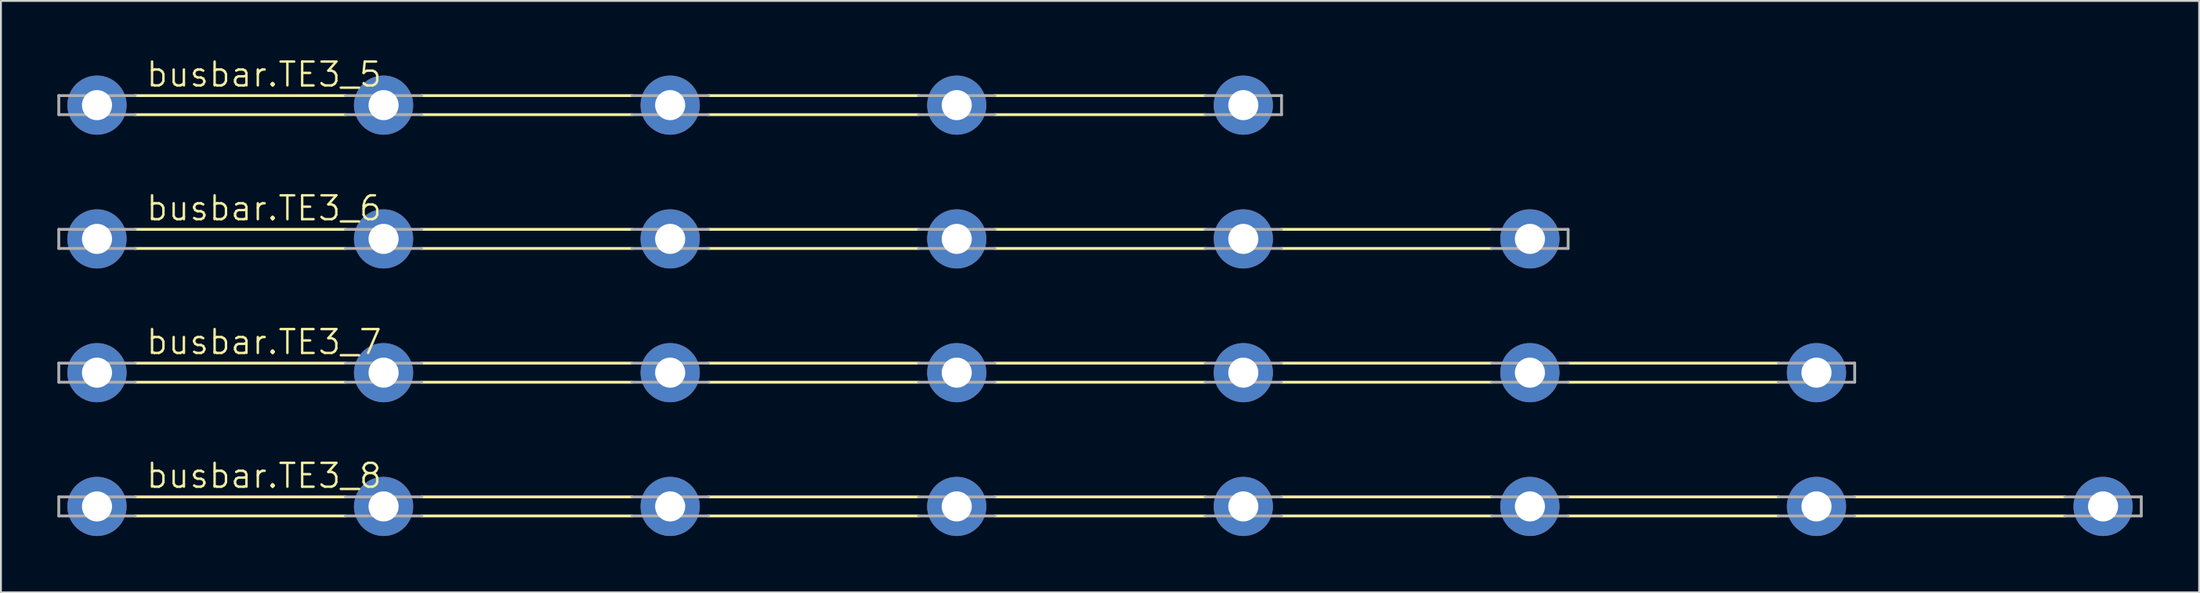
<source format=kicad_pcb>
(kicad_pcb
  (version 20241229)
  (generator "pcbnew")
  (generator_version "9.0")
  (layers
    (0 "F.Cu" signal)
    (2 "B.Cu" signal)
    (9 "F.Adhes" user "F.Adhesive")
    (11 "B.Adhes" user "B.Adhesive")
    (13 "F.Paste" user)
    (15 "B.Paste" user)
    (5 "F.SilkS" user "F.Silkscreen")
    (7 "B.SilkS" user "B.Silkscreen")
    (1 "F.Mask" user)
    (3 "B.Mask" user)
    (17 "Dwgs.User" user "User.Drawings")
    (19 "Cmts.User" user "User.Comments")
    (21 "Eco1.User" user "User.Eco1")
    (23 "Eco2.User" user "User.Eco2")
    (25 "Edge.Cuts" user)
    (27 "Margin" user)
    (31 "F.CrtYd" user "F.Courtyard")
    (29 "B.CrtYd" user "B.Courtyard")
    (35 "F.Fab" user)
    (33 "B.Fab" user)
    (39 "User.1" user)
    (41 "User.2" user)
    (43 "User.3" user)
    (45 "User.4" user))
  (footprint "busbar.TE3_8"
    (layer "F.Cu")
    (at 55.448 23.92)
    (property "Reference" "busbar.TE3_8" (at -50.8 -0.889 0) (layer "F.SilkS") (effects (font (size 1.27 1.27) (thickness 0.13)) (justify left bottom)))
    (attr through_hole)
    (fp_line (start -51.308 -0.508) (end -40.132 -0.508) (stroke (width 0.152) (type default)) (layer "F.SilkS"))
    (fp_line (start -51.308 0.508) (end -40.132 0.508) (stroke (width 0.152) (type default)) (layer "F.SilkS"))
    (fp_line (start -36.068 -0.508) (end -24.892 -0.508) (stroke (width 0.152) (type default)) (layer "F.SilkS"))
    (fp_line (start -36.068 0.508) (end -24.892 0.508) (stroke (width 0.152) (type default)) (layer "F.SilkS"))
    (fp_line (start -20.828 -0.508) (end -9.652 -0.508) (stroke (width 0.152) (type default)) (layer "F.SilkS"))
    (fp_line (start -20.828 0.508) (end -9.652 0.508) (stroke (width 0.152) (type default)) (layer "F.SilkS"))
    (fp_line (start -5.588 -0.508) (end 5.588 -0.508) (stroke (width 0.152) (type default)) (layer "F.SilkS"))
    (fp_line (start -5.588 0.508) (end 5.588 0.508) (stroke (width 0.152) (type default)) (layer "F.SilkS"))
    (fp_line (start 9.652 -0.508) (end 20.828 -0.508) (stroke (width 0.152) (type default)) (layer "F.SilkS"))
    (fp_line (start 9.652 0.508) (end 20.828 0.508) (stroke (width 0.152) (type default)) (layer "F.SilkS"))
    (fp_line (start 24.892 -0.508) (end 36.068 -0.508) (stroke (width 0.152) (type default)) (layer "F.SilkS"))
    (fp_line (start 24.892 0.508) (end 36.068 0.508) (stroke (width 0.152) (type default)) (layer "F.SilkS"))
    (fp_line (start 40.132 -0.508) (end 51.308 -0.508) (stroke (width 0.152) (type default)) (layer "F.SilkS"))
    (fp_line (start 40.132 0.508) (end 51.308 0.508) (stroke (width 0.152) (type default)) (layer "F.SilkS"))
    (fp_line (start -55.372 -0.508) (end -55.372 0.508) (stroke (width 0.152) (type default)) (layer "F.Fab"))
    (fp_line (start -55.372 0.508) (end -51.308 0.508) (stroke (width 0.152) (type default)) (layer "F.Fab"))
    (fp_line (start -51.308 -0.508) (end -55.372 -0.508) (stroke (width 0.152) (type default)) (layer "F.Fab"))
    (fp_line (start -40.132 0.508) (end -36.068 0.508) (stroke (width 0.152) (type default)) (layer "F.Fab"))
    (fp_line (start -36.068 -0.508) (end -40.132 -0.508) (stroke (width 0.152) (type default)) (layer "F.Fab"))
    (fp_line (start -20.828 -0.508) (end -24.892 -0.508) (stroke (width 0.152) (type default)) (layer "F.Fab"))
    (fp_line (start -20.828 0.508) (end -24.892 0.508) (stroke (width 0.152) (type default)) (layer "F.Fab"))
    (fp_line (start -9.652 0.508) (end -5.588 0.508) (stroke (width 0.152) (type default)) (layer "F.Fab"))
    (fp_line (start -5.588 -0.508) (end -9.652 -0.508) (stroke (width 0.152) (type default)) (layer "F.Fab"))
    (fp_line (start 5.588 0.508) (end 9.652 0.508) (stroke (width 0.152) (type default)) (layer "F.Fab"))
    (fp_line (start 9.652 -0.508) (end 5.588 -0.508) (stroke (width 0.152) (type default)) (layer "F.Fab"))
    (fp_line (start 24.892 -0.508) (end 20.828 -0.508) (stroke (width 0.152) (type default)) (layer "F.Fab"))
    (fp_line (start 24.892 0.508) (end 20.828 0.508) (stroke (width 0.152) (type default)) (layer "F.Fab"))
    (fp_line (start 36.068 0.508) (end 40.132 0.508) (stroke (width 0.152) (type default)) (layer "F.Fab"))
    (fp_line (start 40.132 -0.508) (end 36.068 -0.508) (stroke (width 0.152) (type default)) (layer "F.Fab"))
    (fp_line (start 51.308 0.508) (end 55.372 0.508) (stroke (width 0.152) (type default)) (layer "F.Fab"))
    (fp_line (start 55.372 -0.508) (end 51.308 -0.508) (stroke (width 0.152) (type default)) (layer "F.Fab"))
    (fp_line (start 55.372 -0.508) (end 55.372 0.508) (stroke (width 0.152) (type default)) (layer "F.Fab"))
    (pad "1" thru_hole circle (at -53.34 0) (size 3.15 3.15) (drill 1.6) (layers "*.Cu" "*.Mask"))
    (pad "2" thru_hole circle (at -38.1 0) (size 3.15 3.15) (drill 1.6) (layers "*.Cu" "*.Mask"))
    (pad "3" thru_hole circle (at -22.86 0) (size 3.15 3.15) (drill 1.6) (layers "*.Cu" "*.Mask"))
    (pad "4" thru_hole circle (at -7.62 0) (size 3.15 3.15) (drill 1.6) (layers "*.Cu" "*.Mask"))
    (pad "5" thru_hole circle (at 7.62 0) (size 3.15 3.15) (drill 1.6) (layers "*.Cu" "*.Mask"))
    (pad "6" thru_hole circle (at 22.86 0) (size 3.15 3.15) (drill 1.6) (layers "*.Cu" "*.Mask"))
    (pad "7" thru_hole circle (at 38.1 0) (size 3.15 3.15) (drill 1.6) (layers "*.Cu" "*.Mask"))
    (pad "8" thru_hole circle (at 53.34 0) (size 3.15 3.15) (drill 1.6) (layers "*.Cu" "*.Mask")))
  (footprint "busbar.TE3_6"
    (layer "F.Cu")
    (at 40.208 9.673)
    (property "Reference" "busbar.TE3_6" (at -35.56 -0.889 0) (layer "F.SilkS") (effects (font (size 1.27 1.27) (thickness 0.13)) (justify left bottom)))
    (attr through_hole)
    (fp_line (start -36.068 -0.508) (end -24.892 -0.508) (stroke (width 0.152) (type default)) (layer "F.SilkS"))
    (fp_line (start -36.068 0.508) (end -24.892 0.508) (stroke (width 0.152) (type default)) (layer "F.SilkS"))
    (fp_line (start -20.828 -0.508) (end -9.652 -0.508) (stroke (width 0.152) (type default)) (layer "F.SilkS"))
    (fp_line (start -20.828 0.508) (end -9.652 0.508) (stroke (width 0.152) (type default)) (layer "F.SilkS"))
    (fp_line (start -5.588 -0.508) (end 5.588 -0.508) (stroke (width 0.152) (type default)) (layer "F.SilkS"))
    (fp_line (start -5.588 0.508) (end 5.588 0.508) (stroke (width 0.152) (type default)) (layer "F.SilkS"))
    (fp_line (start 9.652 -0.508) (end 20.828 -0.508) (stroke (width 0.152) (type default)) (layer "F.SilkS"))
    (fp_line (start 9.652 0.508) (end 20.828 0.508) (stroke (width 0.152) (type default)) (layer "F.SilkS"))
    (fp_line (start 24.892 -0.508) (end 36.068 -0.508) (stroke (width 0.152) (type default)) (layer "F.SilkS"))
    (fp_line (start 24.892 0.508) (end 36.068 0.508) (stroke (width 0.152) (type default)) (layer "F.SilkS"))
    (fp_line (start -40.132 -0.508) (end -40.132 0.508) (stroke (width 0.152) (type default)) (layer "F.Fab"))
    (fp_line (start -40.132 0.508) (end -36.068 0.508) (stroke (width 0.152) (type default)) (layer "F.Fab"))
    (fp_line (start -36.068 -0.508) (end -40.132 -0.508) (stroke (width 0.152) (type default)) (layer "F.Fab"))
    (fp_line (start -24.892 0.508) (end -20.828 0.508) (stroke (width 0.152) (type default)) (layer "F.Fab"))
    (fp_line (start -20.828 -0.508) (end -24.892 -0.508) (stroke (width 0.152) (type default)) (layer "F.Fab"))
    (fp_line (start -5.588 -0.508) (end -9.652 -0.508) (stroke (width 0.152) (type default)) (layer "F.Fab"))
    (fp_line (start -5.588 0.508) (end -9.652 0.508) (stroke (width 0.152) (type default)) (layer "F.Fab"))
    (fp_line (start 5.588 0.508) (end 9.652 0.508) (stroke (width 0.152) (type default)) (layer "F.Fab"))
    (fp_line (start 9.652 -0.508) (end 5.588 -0.508) (stroke (width 0.152) (type default)) (layer "F.Fab"))
    (fp_line (start 20.828 0.508) (end 24.892 0.508) (stroke (width 0.152) (type default)) (layer "F.Fab"))
    (fp_line (start 24.892 -0.508) (end 20.828 -0.508) (stroke (width 0.152) (type default)) (layer "F.Fab"))
    (fp_line (start 40.132 -0.508) (end 36.068 -0.508) (stroke (width 0.152) (type default)) (layer "F.Fab"))
    (fp_line (start 40.132 -0.508) (end 40.132 0.508) (stroke (width 0.152) (type default)) (layer "F.Fab"))
    (fp_line (start 40.132 0.508) (end 36.068 0.508) (stroke (width 0.152) (type default)) (layer "F.Fab"))
    (pad "1" thru_hole circle (at -38.1 0) (size 3.15 3.15) (drill 1.6) (layers "*.Cu" "*.Mask"))
    (pad "2" thru_hole circle (at -22.86 0) (size 3.15 3.15) (drill 1.6) (layers "*.Cu" "*.Mask"))
    (pad "3" thru_hole circle (at -7.62 0) (size 3.15 3.15) (drill 1.6) (layers "*.Cu" "*.Mask"))
    (pad "4" thru_hole circle (at 7.62 0) (size 3.15 3.15) (drill 1.6) (layers "*.Cu" "*.Mask"))
    (pad "5" thru_hole circle (at 22.86 0) (size 3.15 3.15) (drill 1.6) (layers "*.Cu" "*.Mask"))
    (pad "6" thru_hole circle (at 38.1 0) (size 3.15 3.15) (drill 1.6) (layers "*.Cu" "*.Mask")))
  (footprint "busbar.TE3_5"
    (layer "F.Cu")
    (at 32.588 2.549)
    (property "Reference" "busbar.TE3_5" (at -27.94 -0.889 0) (layer "F.SilkS") (effects (font (size 1.27 1.27) (thickness 0.13)) (justify left bottom)))
    (attr through_hole)
    (fp_line (start -28.448 -0.508) (end -17.272 -0.508) (stroke (width 0.152) (type default)) (layer "F.SilkS"))
    (fp_line (start -28.448 0.508) (end -17.272 0.508) (stroke (width 0.152) (type default)) (layer "F.SilkS"))
    (fp_line (start -13.208 -0.508) (end -2.032 -0.508) (stroke (width 0.152) (type default)) (layer "F.SilkS"))
    (fp_line (start -13.208 0.508) (end -2.032 0.508) (stroke (width 0.152) (type default)) (layer "F.SilkS"))
    (fp_line (start 2.032 -0.508) (end 13.208 -0.508) (stroke (width 0.152) (type default)) (layer "F.SilkS"))
    (fp_line (start 2.032 0.508) (end 13.208 0.508) (stroke (width 0.152) (type default)) (layer "F.SilkS"))
    (fp_line (start 17.272 -0.508) (end 28.448 -0.508) (stroke (width 0.152) (type default)) (layer "F.SilkS"))
    (fp_line (start 17.272 0.508) (end 28.448 0.508) (stroke (width 0.152) (type default)) (layer "F.SilkS"))
    (fp_line (start -32.512 -0.508) (end -32.512 0.508) (stroke (width 0.152) (type default)) (layer "F.Fab"))
    (fp_line (start -32.512 0.508) (end -28.448 0.508) (stroke (width 0.152) (type default)) (layer "F.Fab"))
    (fp_line (start -28.448 -0.508) (end -32.512 -0.508) (stroke (width 0.152) (type default)) (layer "F.Fab"))
    (fp_line (start -17.272 0.508) (end -13.208 0.508) (stroke (width 0.152) (type default)) (layer "F.Fab"))
    (fp_line (start -13.208 -0.508) (end -17.272 -0.508) (stroke (width 0.152) (type default)) (layer "F.Fab"))
    (fp_line (start -2.032 0.508) (end 2.032 0.508) (stroke (width 0.152) (type default)) (layer "F.Fab"))
    (fp_line (start 2.032 -0.508) (end -2.032 -0.508) (stroke (width 0.152) (type default)) (layer "F.Fab"))
    (fp_line (start 13.208 0.508) (end 17.272 0.508) (stroke (width 0.152) (type default)) (layer "F.Fab"))
    (fp_line (start 17.272 -0.508) (end 13.208 -0.508) (stroke (width 0.152) (type default)) (layer "F.Fab"))
    (fp_line (start 28.448 0.508) (end 32.512 0.508) (stroke (width 0.152) (type default)) (layer "F.Fab"))
    (fp_line (start 32.512 -0.508) (end 28.448 -0.508) (stroke (width 0.152) (type default)) (layer "F.Fab"))
    (fp_line (start 32.512 0.508) (end 32.512 -0.508) (stroke (width 0.152) (type default)) (layer "F.Fab"))
    (pad "1" thru_hole circle (at -30.48 0) (size 3.15 3.15) (drill 1.6) (layers "*.Cu" "*.Mask"))
    (pad "2" thru_hole circle (at -15.24 0) (size 3.15 3.15) (drill 1.6) (layers "*.Cu" "*.Mask"))
    (pad "3" thru_hole circle (at 0 0) (size 3.15 3.15) (drill 1.6) (layers "*.Cu" "*.Mask"))
    (pad "4" thru_hole circle (at 15.24 0) (size 3.15 3.15) (drill 1.6) (layers "*.Cu" "*.Mask"))
    (pad "5" thru_hole circle (at 30.48 0) (size 3.15 3.15) (drill 1.6) (layers "*.Cu" "*.Mask")))
  (footprint "busbar.TE3_7"
    (layer "F.Cu")
    (at 47.828 16.797)
    (property "Reference" "busbar.TE3_7" (at -43.18 -0.889 0) (layer "F.SilkS") (effects (font (size 1.27 1.27) (thickness 0.13)) (justify left bottom)))
    (attr through_hole)
    (fp_line (start -43.688 -0.508) (end -32.512 -0.508) (stroke (width 0.152) (type default)) (layer "F.SilkS"))
    (fp_line (start -43.688 0.508) (end -32.512 0.508) (stroke (width 0.152) (type default)) (layer "F.SilkS"))
    (fp_line (start -28.448 -0.508) (end -17.272 -0.508) (stroke (width 0.152) (type default)) (layer "F.SilkS"))
    (fp_line (start -28.448 0.508) (end -17.272 0.508) (stroke (width 0.152) (type default)) (layer "F.SilkS"))
    (fp_line (start -13.208 -0.508) (end -2.032 -0.508) (stroke (width 0.152) (type default)) (layer "F.SilkS"))
    (fp_line (start -13.208 0.508) (end -2.032 0.508) (stroke (width 0.152) (type default)) (layer "F.SilkS"))
    (fp_line (start 2.032 -0.508) (end 13.208 -0.508) (stroke (width 0.152) (type default)) (layer "F.SilkS"))
    (fp_line (start 2.032 0.508) (end 13.208 0.508) (stroke (width 0.152) (type default)) (layer "F.SilkS"))
    (fp_line (start 17.272 -0.508) (end 28.448 -0.508) (stroke (width 0.152) (type default)) (layer "F.SilkS"))
    (fp_line (start 17.272 0.508) (end 28.448 0.508) (stroke (width 0.152) (type default)) (layer "F.SilkS"))
    (fp_line (start 32.512 -0.508) (end 43.688 -0.508) (stroke (width 0.152) (type default)) (layer "F.SilkS"))
    (fp_line (start 32.512 0.508) (end 43.688 0.508) (stroke (width 0.152) (type default)) (layer "F.SilkS"))
    (fp_line (start -47.752 -0.508) (end -47.752 0.508) (stroke (width 0.152) (type default)) (layer "F.Fab"))
    (fp_line (start -47.752 0.508) (end -43.688 0.508) (stroke (width 0.152) (type default)) (layer "F.Fab"))
    (fp_line (start -43.688 -0.508) (end -47.752 -0.508) (stroke (width 0.152) (type default)) (layer "F.Fab"))
    (fp_line (start -32.512 0.508) (end -28.448 0.508) (stroke (width 0.152) (type default)) (layer "F.Fab"))
    (fp_line (start -28.448 -0.508) (end -32.512 -0.508) (stroke (width 0.152) (type default)) (layer "F.Fab"))
    (fp_line (start -13.208 -0.508) (end -17.272 -0.508) (stroke (width 0.152) (type default)) (layer "F.Fab"))
    (fp_line (start -13.208 0.508) (end -17.272 0.508) (stroke (width 0.152) (type default)) (layer "F.Fab"))
    (fp_line (start -2.032 0.508) (end 2.032 0.508) (stroke (width 0.152) (type default)) (layer "F.Fab"))
    (fp_line (start 2.032 -0.508) (end -2.032 -0.508) (stroke (width 0.152) (type default)) (layer "F.Fab"))
    (fp_line (start 13.208 0.508) (end 17.272 0.508) (stroke (width 0.152) (type default)) (layer "F.Fab"))
    (fp_line (start 17.272 -0.508) (end 13.208 -0.508) (stroke (width 0.152) (type default)) (layer "F.Fab"))
    (fp_line (start 32.512 -0.508) (end 28.448 -0.508) (stroke (width 0.152) (type default)) (layer "F.Fab"))
    (fp_line (start 32.512 0.508) (end 28.448 0.508) (stroke (width 0.152) (type default)) (layer "F.Fab"))
    (fp_line (start 47.752 -0.508) (end 43.688 -0.508) (stroke (width 0.152) (type default)) (layer "F.Fab"))
    (fp_line (start 47.752 -0.508) (end 47.752 0.508) (stroke (width 0.152) (type default)) (layer "F.Fab"))
    (fp_line (start 47.752 0.508) (end 43.688 0.508) (stroke (width 0.152) (type default)) (layer "F.Fab"))
    (pad "1" thru_hole circle (at -45.72 0) (size 3.15 3.15) (drill 1.6) (layers "*.Cu" "*.Mask"))
    (pad "2" thru_hole circle (at -30.48 0) (size 3.15 3.15) (drill 1.6) (layers "*.Cu" "*.Mask"))
    (pad "3" thru_hole circle (at -15.24 0) (size 3.15 3.15) (drill 1.6) (layers "*.Cu" "*.Mask"))
    (pad "4" thru_hole circle (at 0 0) (size 3.15 3.15) (drill 1.6) (layers "*.Cu" "*.Mask"))
    (pad "5" thru_hole circle (at 15.24 0) (size 3.15 3.15) (drill 1.6) (layers "*.Cu" "*.Mask"))
    (pad "6" thru_hole circle (at 30.48 0) (size 3.15 3.15) (drill 1.6) (layers "*.Cu" "*.Mask"))
    (pad "7" thru_hole circle (at 45.72 0) (size 3.15 3.15) (drill 1.6) (layers "*.Cu" "*.Mask")))
  (gr_rect
    (start -3 -3)
    (end 113.896 28.495)
    (stroke (width 0.1) (type default))
    (fill no)
    (layer "Edge.Cuts")))
</source>
